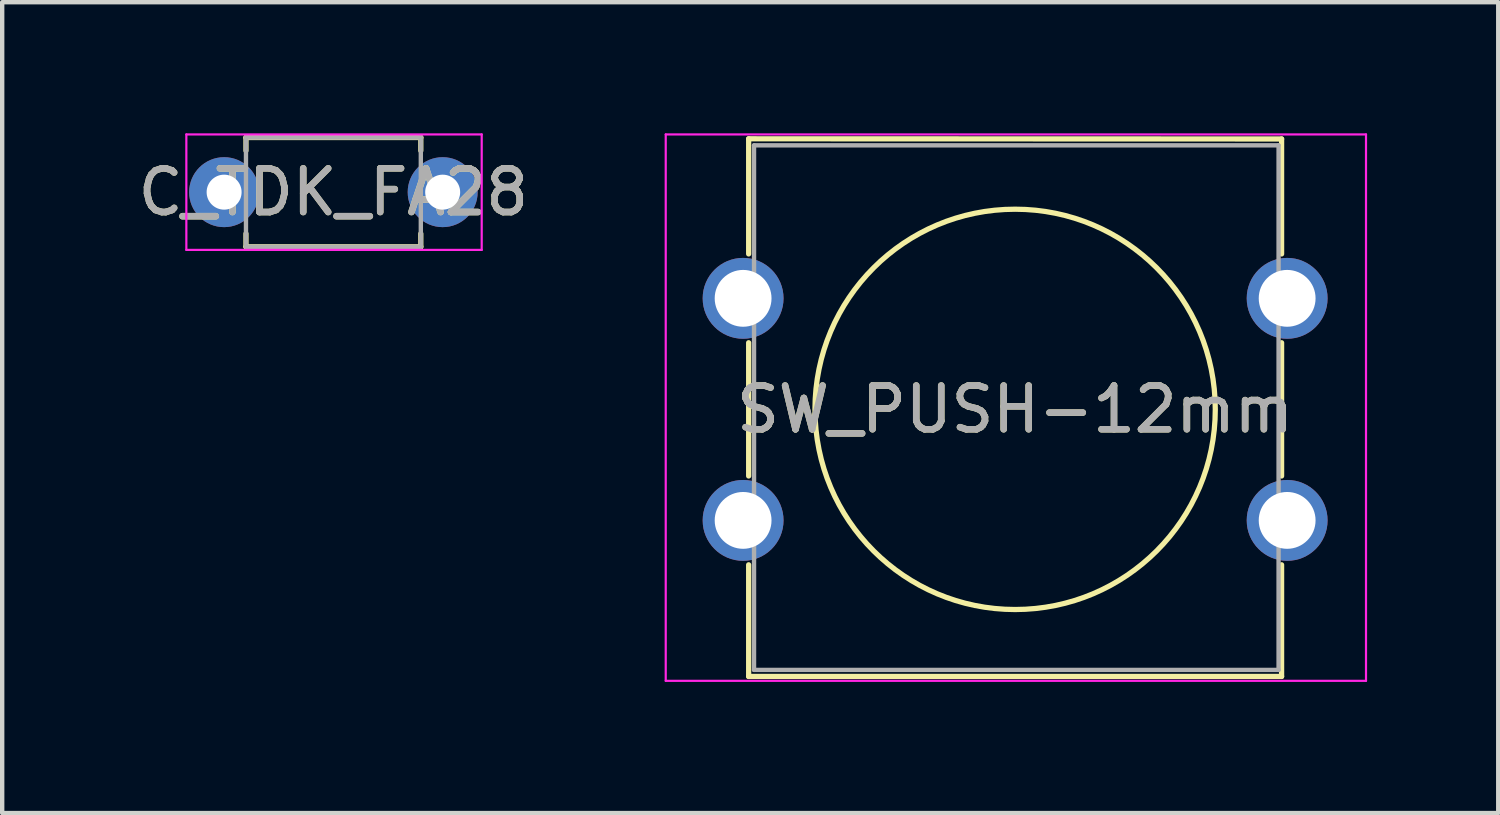
<source format=kicad_pcb>
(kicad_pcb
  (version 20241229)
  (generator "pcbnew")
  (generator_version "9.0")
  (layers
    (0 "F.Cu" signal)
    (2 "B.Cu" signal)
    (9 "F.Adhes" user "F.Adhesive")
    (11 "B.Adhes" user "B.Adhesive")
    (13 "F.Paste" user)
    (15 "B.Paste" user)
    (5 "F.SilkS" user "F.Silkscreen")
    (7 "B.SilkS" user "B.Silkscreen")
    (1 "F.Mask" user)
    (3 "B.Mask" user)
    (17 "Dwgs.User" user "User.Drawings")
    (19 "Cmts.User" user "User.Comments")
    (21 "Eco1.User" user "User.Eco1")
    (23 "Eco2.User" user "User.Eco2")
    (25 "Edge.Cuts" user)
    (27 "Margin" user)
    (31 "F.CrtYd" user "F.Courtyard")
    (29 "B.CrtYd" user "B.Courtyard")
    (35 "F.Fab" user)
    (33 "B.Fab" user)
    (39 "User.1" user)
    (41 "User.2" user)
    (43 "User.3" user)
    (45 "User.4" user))
  (footprint "SW_PUSH-12mm"
    (layer "F.Cu")
    (at 13.95 3.775)
    (property "Reference" "SW_PUSH-12mm" (at 6.223 2.54 0) (layer "F.SilkS") (effects (font (size 1 1) (thickness 0.15))))
    (attr through_hole)
    (fp_line (start 0.127 -3.65) (end 12.319 -3.646) (stroke (width 0.12) (type solid)) (layer "F.SilkS"))
    (fp_line (start 0.127 -1.016) (end 0.127 -3.65) (stroke (width 0.12) (type solid)) (layer "F.SilkS"))
    (fp_line (start 0.127 4.064) (end 0.127 1.016) (stroke (width 0.12) (type solid)) (layer "F.SilkS"))
    (fp_line (start 0.127 8.65) (end 0.127 6.096) (stroke (width 0.12) (type solid)) (layer "F.SilkS"))
    (fp_line (start 12.319 -3.646) (end 12.319 -1.016) (stroke (width 0.12) (type solid)) (layer "F.SilkS"))
    (fp_line (start 12.319 1.016) (end 12.319 4.064) (stroke (width 0.12) (type solid)) (layer "F.SilkS"))
    (fp_line (start 12.319 6.096) (end 12.319 8.65) (stroke (width 0.12) (type solid)) (layer "F.SilkS"))
    (fp_line (start 12.319 8.65) (end 0.127 8.65) (stroke (width 0.12) (type solid)) (layer "F.SilkS"))
    (fp_circle (center 6.223 2.54) (end 10.033 5.08) (stroke (width 0.12) (type solid)) (fill no) (layer "F.SilkS"))
    (fp_line (start -1.77 -3.75) (end -1.77 8.75) (stroke (width 0.05) (type solid)) (layer "F.CrtYd"))
    (fp_line (start -1.77 -3.75) (end 14.25 -3.75) (stroke (width 0.05) (type solid)) (layer "F.CrtYd"))
    (fp_line (start 14.25 8.75) (end -1.77 8.75) (stroke (width 0.05) (type solid)) (layer "F.CrtYd"))
    (fp_line (start 14.25 8.75) (end 14.25 -3.75) (stroke (width 0.05) (type solid)) (layer "F.CrtYd"))
    (fp_line (start 0.25 -3.5) (end 0.25 8.5) (stroke (width 0.1) (type solid)) (layer "F.Fab"))
    (fp_line (start 0.25 -3.5) (end 12.25 -3.5) (stroke (width 0.1) (type solid)) (layer "F.Fab"))
    (fp_line (start 0.25 8.5) (end 12.25 8.5) (stroke (width 0.1) (type solid)) (layer "F.Fab"))
    (fp_line (start 12.25 -3.5) (end 12.25 8.5) (stroke (width 0.1) (type solid)) (layer "F.Fab"))
    (fp_text user "${REFERENCE}" (at 6.223 2.54 0) (layer "F.Fab") (effects (font (size 1 1) (thickness 0.15))))
    (pad "1" thru_hole circle (at 0 0) (size 1.85 1.85) (drill 1.3) (layers "*.Cu" "*.Mask"))
    (pad "2" thru_hole circle (at 12.446 0) (size 1.85 1.85) (drill 1.3) (layers "*.Cu" "*.Mask"))
    (pad "3" thru_hole circle (at 0 5.08) (size 1.85 1.85) (drill 1.3) (layers "*.Cu" "*.Mask"))
    (pad "4" thru_hole circle (at 12.446 5.08) (size 1.85 1.85) (drill 1.3) (layers "*.Cu" "*.Mask")))
  (footprint "C_TDK_FA28"
    (layer "F.Cu")
    (at 2.077 1.346)
    (property "Reference" "C_TDK_FA28" (at 2.5 0 0) (layer "F.SilkS") (effects (font (size 1 1) (thickness 0.15))))
    (attr through_hole)
    (fp_line (start 0.5 -1.25) (end 0.5 -0.95) (stroke (width 0.12) (type solid)) (layer "F.SilkS"))
    (fp_line (start 0.5 -1.25) (end 4.5 -1.25) (stroke (width 0.12) (type solid)) (layer "F.SilkS"))
    (fp_line (start 0.5 1.25) (end 0.5 0.95) (stroke (width 0.12) (type solid)) (layer "F.SilkS"))
    (fp_line (start 0.5 1.25) (end 4.5 1.25) (stroke (width 0.12) (type solid)) (layer "F.SilkS"))
    (fp_line (start 4.5 -1.25) (end 4.5 -0.95) (stroke (width 0.12) (type solid)) (layer "F.SilkS"))
    (fp_line (start 4.5 1.25) (end 4.5 0.95) (stroke (width 0.12) (type solid)) (layer "F.SilkS"))
    (fp_line (start -0.864 -1.321) (end -0.864 1.321) (stroke (width 0.05) (type solid)) (layer "F.CrtYd"))
    (fp_line (start -0.864 1.321) (end 5.893 1.321) (stroke (width 0.05) (type solid)) (layer "F.CrtYd"))
    (fp_line (start 5.893 -1.321) (end -0.864 -1.321) (stroke (width 0.05) (type solid)) (layer "F.CrtYd"))
    (fp_line (start 5.893 1.321) (end 5.893 -1.321) (stroke (width 0.05) (type solid)) (layer "F.CrtYd"))
    (fp_line (start 0.5 -1.25) (end 0.5 1.25) (stroke (width 0.1) (type solid)) (layer "F.Fab"))
    (fp_line (start 0.5 1.25) (end 4.5 1.25) (stroke (width 0.1) (type solid)) (layer "F.Fab"))
    (fp_line (start 4.5 -1.25) (end 0.5 -1.25) (stroke (width 0.1) (type solid)) (layer "F.Fab"))
    (fp_line (start 4.5 1.25) (end 4.5 -1.25) (stroke (width 0.1) (type solid)) (layer "F.Fab"))
    (fp_text user "${REFERENCE}" (at 2.5 0 0) (layer "F.Fab") (effects (font (size 1 1) (thickness 0.15))))
    (pad "1" thru_hole circle (at 0 0) (size 1.6 1.6) (drill 0.8) (layers "*.Cu" "*.Mask"))
    (pad "2" thru_hole circle (at 5 0) (size 1.6 1.6) (drill 0.8) (layers "*.Cu" "*.Mask")))
  (gr_rect
    (start -3 -3)
    (end 31.225 15.55)
    (stroke (width 0.1) (type default))
    (fill no)
    (layer "Edge.Cuts")))
</source>
